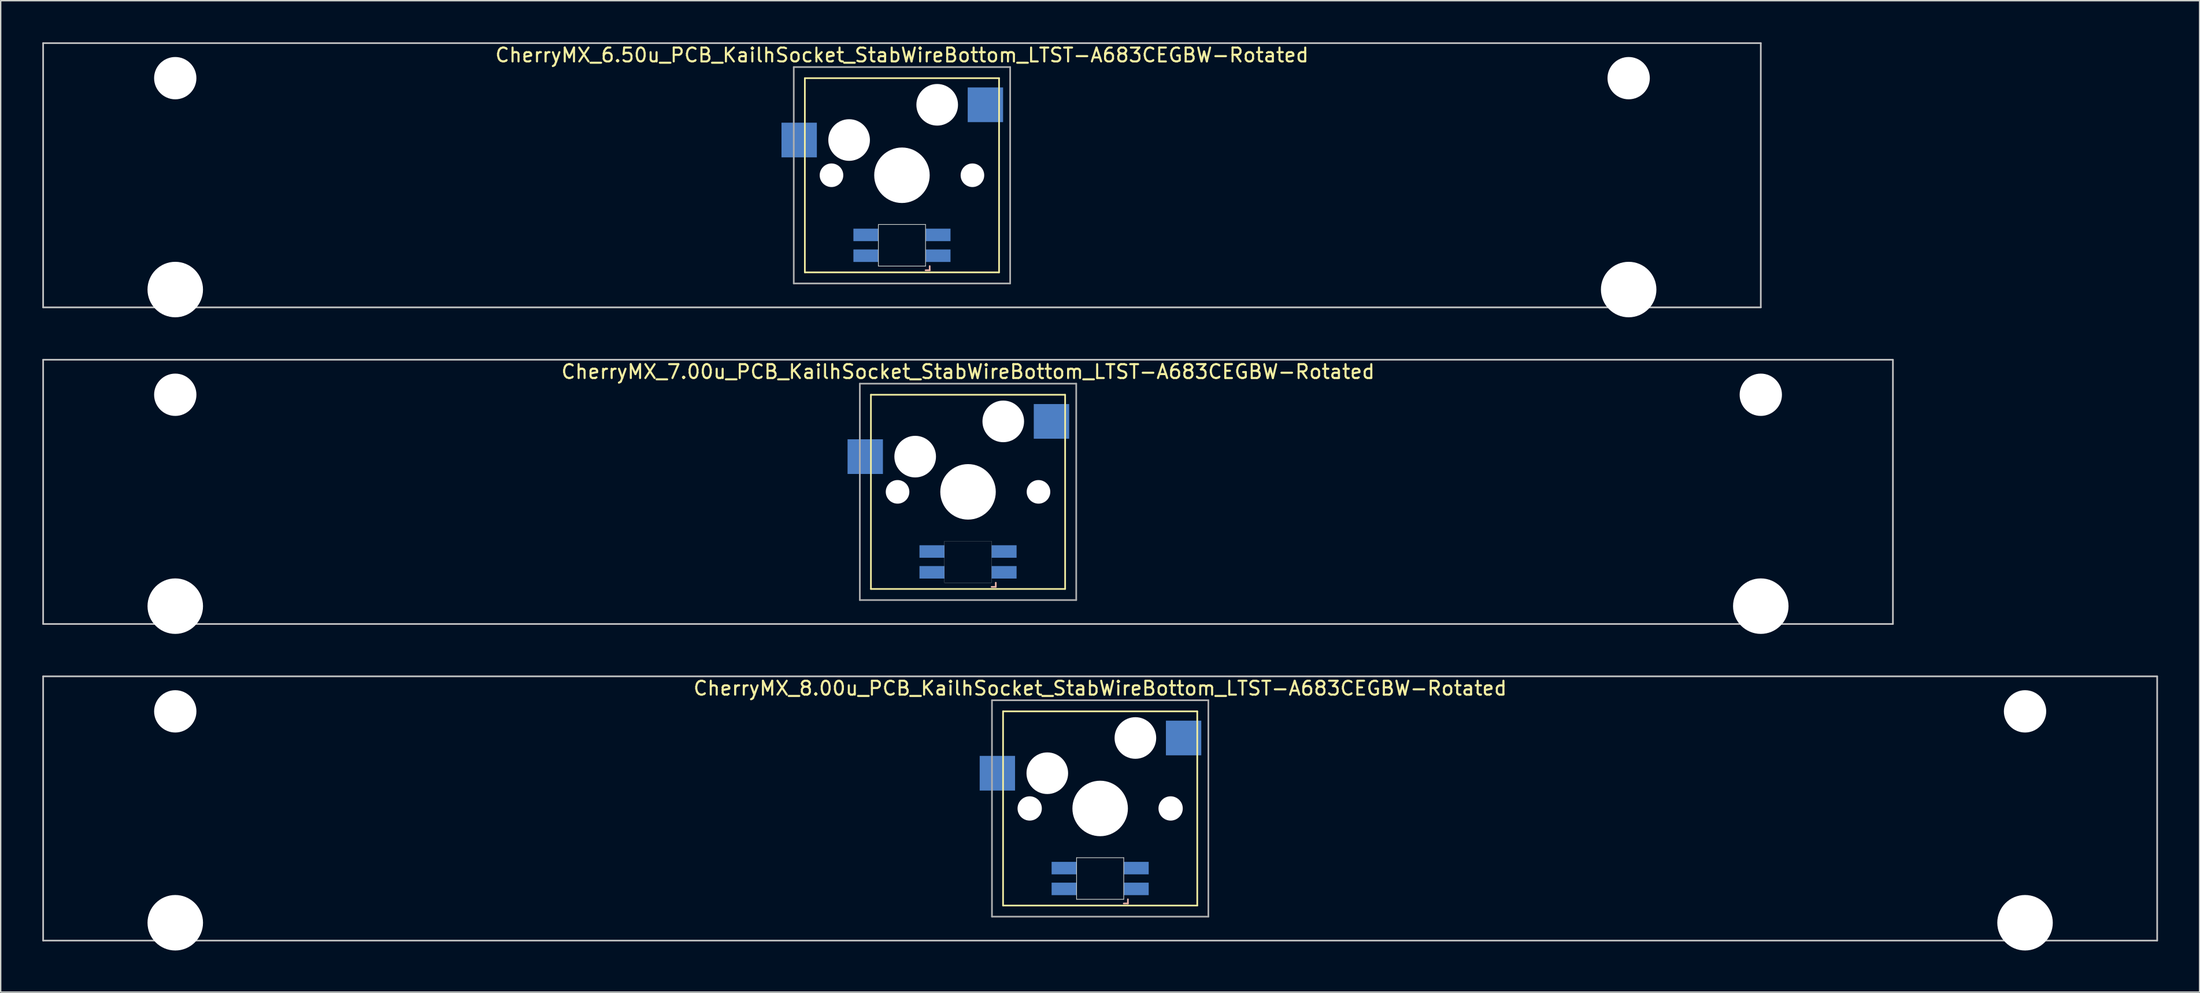
<source format=kicad_pcb>
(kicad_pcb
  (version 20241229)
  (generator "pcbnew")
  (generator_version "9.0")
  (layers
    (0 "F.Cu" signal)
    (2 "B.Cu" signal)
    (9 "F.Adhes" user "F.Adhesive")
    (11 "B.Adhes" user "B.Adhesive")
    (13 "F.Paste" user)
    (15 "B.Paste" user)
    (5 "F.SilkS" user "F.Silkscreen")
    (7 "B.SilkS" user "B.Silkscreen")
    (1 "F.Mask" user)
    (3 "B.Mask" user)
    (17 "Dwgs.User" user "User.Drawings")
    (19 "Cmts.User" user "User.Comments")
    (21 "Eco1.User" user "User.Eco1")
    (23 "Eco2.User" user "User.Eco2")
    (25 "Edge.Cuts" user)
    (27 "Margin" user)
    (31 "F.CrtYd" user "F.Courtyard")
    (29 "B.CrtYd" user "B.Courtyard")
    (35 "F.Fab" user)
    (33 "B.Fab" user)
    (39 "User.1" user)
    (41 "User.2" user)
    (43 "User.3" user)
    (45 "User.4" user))
  (footprint "CherryMX_8.00u_PCB_KailhSocket_StabWireBottom_LTST-A683CEGBW-Rotated"
    (layer "F.Cu")
    (at 76.26 55.235)
    (property "Reference" "CherryMX_8.00u_PCB_KailhSocket_StabWireBottom_LTST-A683CEGBW-Rotated" (at 0 -8.662 0) (layer "F.SilkS") (effects (font (size 1 1) (thickness 0.15))))
    (attr through_hole)
    (fp_line (start -7 -7) (end -7 7) (stroke (width 0.12) (type solid)) (layer "F.SilkS"))
    (fp_line (start -7 -7) (end 7 -7) (stroke (width 0.12) (type solid)) (layer "F.SilkS"))
    (fp_line (start 7 -7) (end 7 7) (stroke (width 0.12) (type solid)) (layer "F.SilkS"))
    (fp_line (start 7 7) (end -7 7) (stroke (width 0.12) (type solid)) (layer "F.SilkS"))
    (fp_line (start 1.7 6.85) (end 2 6.85) (stroke (width 0.12) (type solid)) (layer "B.SilkS"))
    (fp_line (start 2 6.85) (end 2 6.55) (stroke (width 0.12) (type solid)) (layer "B.SilkS"))
    (fp_line (start -76.2 -9.525) (end 76.2 -9.525) (stroke (width 0.12) (type solid)) (layer "Dwgs.User"))
    (fp_line (start -76.2 9.525) (end -76.2 -9.525) (stroke (width 0.12) (type solid)) (layer "Dwgs.User"))
    (fp_line (start 76.2 -9.525) (end 76.2 9.525) (stroke (width 0.12) (type solid)) (layer "Dwgs.User"))
    (fp_line (start 76.2 9.525) (end -76.2 9.525) (stroke (width 0.12) (type solid)) (layer "Dwgs.User"))
    (fp_line (start -1.7 3.55) (end 1.7 3.55) (stroke (width 0.05) (type solid)) (layer "Edge.Cuts"))
    (fp_line (start -1.7 6.55) (end -1.7 3.55) (stroke (width 0.05) (type solid)) (layer "Edge.Cuts"))
    (fp_line (start 1.7 3.55) (end 1.7 6.55) (stroke (width 0.05) (type solid)) (layer "Edge.Cuts"))
    (fp_line (start 1.7 6.55) (end -1.7 6.55) (stroke (width 0.05) (type solid)) (layer "Edge.Cuts"))
    (fp_line (start -7.8 -7.8) (end -7.8 7.8) (stroke (width 0.12) (type solid)) (layer "F.Fab"))
    (fp_line (start -7.8 -7.8) (end 7.8 -7.8) (stroke (width 0.12) (type solid)) (layer "F.Fab"))
    (fp_line (start -7.8 7.8) (end 7.8 7.8) (stroke (width 0.12) (type solid)) (layer "F.Fab"))
    (fp_line (start 7.8 -7.8) (end 7.8 7.8) (stroke (width 0.12) (type solid)) (layer "F.Fab"))
    (pad "" np_thru_hole circle (at -66.675 -7) (size 3.05 3.05) (drill 3.05) (layers "*.Cu" "*.Mask"))
    (pad "" np_thru_hole circle (at -66.675 8.24) (size 4 4) (drill 4) (layers "*.Cu" "*.Mask"))
    (pad "" np_thru_hole circle (at -5.08 0) (size 1.75 1.75) (drill 1.75) (layers "*.Cu" "*.Mask"))
    (pad "" np_thru_hole circle (at -3.81 -2.54) (size 3 3) (drill 3) (layers "*.Cu" "*.Mask"))
    (pad "" np_thru_hole circle (at 0 0) (size 4 4) (drill 4) (layers "*.Cu" "*.Mask"))
    (pad "" np_thru_hole circle (at 2.54 -5.08) (size 3 3) (drill 3) (layers "*.Cu" "*.Mask"))
    (pad "" np_thru_hole circle (at 5.08 0) (size 1.75 1.75) (drill 1.75) (layers "*.Cu" "*.Mask"))
    (pad "" np_thru_hole circle (at 66.675 -7) (size 3.05 3.05) (drill 3.05) (layers "*.Cu" "*.Mask"))
    (pad "" np_thru_hole circle (at 66.675 8.24) (size 4 4) (drill 4) (layers "*.Cu" "*.Mask"))
    (pad "1" smd rect (at -7.41 -2.54) (size 2.55 2.5) (layers "B.Cu" "B.Mask" "B.Paste"))
    (pad "2" smd rect (at 6.015 -5.08) (size 2.55 2.5) (layers "B.Cu" "B.Mask" "B.Paste"))
    (pad "3" smd rect (at 2.6 5.8 180) (size 1.8 0.9) (layers "B.Cu" "B.Mask" "B.Paste"))
    (pad "4" smd rect (at 2.6 4.3 180) (size 1.8 0.9) (layers "B.Cu" "B.Mask" "B.Paste"))
    (pad "5" smd rect (at -2.6 5.8 180) (size 1.8 0.9) (layers "B.Cu" "B.Mask" "B.Paste"))
    (pad "6" smd rect (at -2.6 4.3 180) (size 1.8 0.9) (layers "B.Cu" "B.Mask" "B.Paste")))
  (footprint "CherryMX_7.00u_PCB_KailhSocket_StabWireBottom_LTST-A683CEGBW-Rotated"
    (layer "F.Cu")
    (at 66.735 32.41)
    (property "Reference" "CherryMX_7.00u_PCB_KailhSocket_StabWireBottom_LTST-A683CEGBW-Rotated" (at 0 -8.662 0) (layer "F.SilkS") (effects (font (size 1 1) (thickness 0.15))))
    (attr through_hole)
    (fp_line (start -7 -7) (end -7 7) (stroke (width 0.12) (type solid)) (layer "F.SilkS"))
    (fp_line (start -7 -7) (end 7 -7) (stroke (width 0.12) (type solid)) (layer "F.SilkS"))
    (fp_line (start 7 -7) (end 7 7) (stroke (width 0.12) (type solid)) (layer "F.SilkS"))
    (fp_line (start 7 7) (end -7 7) (stroke (width 0.12) (type solid)) (layer "F.SilkS"))
    (fp_line (start 1.7 6.85) (end 2 6.85) (stroke (width 0.12) (type solid)) (layer "B.SilkS"))
    (fp_line (start 2 6.85) (end 2 6.55) (stroke (width 0.12) (type solid)) (layer "B.SilkS"))
    (fp_line (start -66.675 -9.525) (end 66.675 -9.525) (stroke (width 0.12) (type solid)) (layer "Dwgs.User"))
    (fp_line (start -66.675 9.525) (end -66.675 -9.525) (stroke (width 0.12) (type solid)) (layer "Dwgs.User"))
    (fp_line (start 66.675 -9.525) (end 66.675 9.525) (stroke (width 0.12) (type solid)) (layer "Dwgs.User"))
    (fp_line (start 66.675 9.525) (end -66.675 9.525) (stroke (width 0.12) (type solid)) (layer "Dwgs.User"))
    (fp_poly (pts (xy -1.7 3.55) (xy 1.7 3.55) (xy 1.7 6.55) (xy -1.7 6.55)) (stroke (width 0.01) (type solid)) (fill no) (layer "Edge.Cuts"))
    (fp_line (start -7.8 -7.8) (end -7.8 7.8) (stroke (width 0.12) (type solid)) (layer "F.Fab"))
    (fp_line (start -7.8 -7.8) (end 7.8 -7.8) (stroke (width 0.12) (type solid)) (layer "F.Fab"))
    (fp_line (start -7.8 7.8) (end 7.8 7.8) (stroke (width 0.12) (type solid)) (layer "F.Fab"))
    (fp_line (start 7.8 -7.8) (end 7.8 7.8) (stroke (width 0.12) (type solid)) (layer "F.Fab"))
    (pad "" np_thru_hole circle (at -57.15 -7) (size 3.05 3.05) (drill 3.05) (layers "*.Cu" "*.Mask"))
    (pad "" np_thru_hole circle (at -57.15 8.24) (size 4 4) (drill 4) (layers "*.Cu" "*.Mask"))
    (pad "" np_thru_hole circle (at -5.08 0) (size 1.7 1.7) (drill 1.7) (layers "*.Cu" "*.Mask"))
    (pad "" np_thru_hole circle (at -3.81 -2.54) (size 3 3) (drill 3) (layers "*.Cu" "*.Mask"))
    (pad "" np_thru_hole circle (at 0 0) (size 4 4) (drill 4) (layers "*.Cu" "*.Mask"))
    (pad "" np_thru_hole circle (at 2.54 -5.08) (size 3 3) (drill 3) (layers "*.Cu" "*.Mask"))
    (pad "" np_thru_hole circle (at 5.08 0) (size 1.7 1.7) (drill 1.7) (layers "*.Cu" "*.Mask"))
    (pad "" np_thru_hole circle (at 57.15 -7) (size 3.05 3.05) (drill 3.05) (layers "*.Cu" "*.Mask"))
    (pad "" np_thru_hole circle (at 57.15 8.24) (size 4 4) (drill 4) (layers "*.Cu" "*.Mask"))
    (pad "1" smd rect (at -7.41 -2.54) (size 2.55 2.5) (layers "B.Cu" "B.Mask" "B.Paste"))
    (pad "2" smd rect (at 6.015 -5.08) (size 2.55 2.5) (layers "B.Cu" "B.Mask" "B.Paste"))
    (pad "3" smd rect (at 2.6 5.8 180) (size 1.8 0.9) (layers "B.Cu" "B.Mask" "B.Paste"))
    (pad "4" smd rect (at 2.6 4.3 180) (size 1.8 0.9) (layers "B.Cu" "B.Mask" "B.Paste"))
    (pad "5" smd rect (at -2.6 5.8 180) (size 1.8 0.9) (layers "B.Cu" "B.Mask" "B.Paste"))
    (pad "6" smd rect (at -2.6 4.3 180) (size 1.8 0.9) (layers "B.Cu" "B.Mask" "B.Paste")))
  (footprint "CherryMX_6.50u_PCB_KailhSocket_StabWireBottom_LTST-A683CEGBW-Rotated"
    (layer "F.Cu")
    (at 61.972 9.585)
    (property "Reference" "CherryMX_6.50u_PCB_KailhSocket_StabWireBottom_LTST-A683CEGBW-Rotated" (at 0 -8.662 0) (layer "F.SilkS") (effects (font (size 1 1) (thickness 0.15))))
    (attr through_hole)
    (fp_line (start -7 -7) (end -7 7) (stroke (width 0.12) (type solid)) (layer "F.SilkS"))
    (fp_line (start -7 -7) (end 7 -7) (stroke (width 0.12) (type solid)) (layer "F.SilkS"))
    (fp_line (start 7 -7) (end 7 7) (stroke (width 0.12) (type solid)) (layer "F.SilkS"))
    (fp_line (start 7 7) (end -7 7) (stroke (width 0.12) (type solid)) (layer "F.SilkS"))
    (fp_line (start 1.7 6.85) (end 2 6.85) (stroke (width 0.12) (type solid)) (layer "B.SilkS"))
    (fp_line (start 2 6.85) (end 2 6.55) (stroke (width 0.12) (type solid)) (layer "B.SilkS"))
    (fp_line (start -61.913 -9.525) (end 61.913 -9.525) (stroke (width 0.12) (type solid)) (layer "Dwgs.User"))
    (fp_line (start -61.913 9.525) (end -61.913 -9.525) (stroke (width 0.12) (type solid)) (layer "Dwgs.User"))
    (fp_line (start 61.913 -9.525) (end 61.913 9.525) (stroke (width 0.12) (type solid)) (layer "Dwgs.User"))
    (fp_line (start 61.913 9.525) (end -61.913 9.525) (stroke (width 0.12) (type solid)) (layer "Dwgs.User"))
    (fp_line (start -1.7 3.55) (end 1.7 3.55) (stroke (width 0.05) (type solid)) (layer "Edge.Cuts"))
    (fp_line (start -1.7 6.55) (end -1.7 3.55) (stroke (width 0.05) (type solid)) (layer "Edge.Cuts"))
    (fp_line (start 1.7 3.55) (end 1.7 6.55) (stroke (width 0.05) (type solid)) (layer "Edge.Cuts"))
    (fp_line (start 1.7 6.55) (end -1.7 6.55) (stroke (width 0.05) (type solid)) (layer "Edge.Cuts"))
    (fp_line (start -7.8 -7.8) (end -7.8 7.8) (stroke (width 0.12) (type solid)) (layer "F.Fab"))
    (fp_line (start -7.8 -7.8) (end 7.8 -7.8) (stroke (width 0.12) (type solid)) (layer "F.Fab"))
    (fp_line (start -7.8 7.8) (end 7.8 7.8) (stroke (width 0.12) (type solid)) (layer "F.Fab"))
    (fp_line (start 7.8 -7.8) (end 7.8 7.8) (stroke (width 0.12) (type solid)) (layer "F.Fab"))
    (pad "" np_thru_hole circle (at -52.388 -7) (size 3.05 3.05) (drill 3.05) (layers "*.Cu" "*.Mask"))
    (pad "" np_thru_hole circle (at -52.388 8.24) (size 4 4) (drill 4) (layers "*.Cu" "*.Mask"))
    (pad "" np_thru_hole circle (at -5.08 0) (size 1.7 1.7) (drill 1.7) (layers "*.Cu" "*.Mask"))
    (pad "" np_thru_hole circle (at -3.81 -2.54) (size 3 3) (drill 3) (layers "*.Cu" "*.Mask"))
    (pad "" np_thru_hole circle (at 0 0) (size 4 4) (drill 4) (layers "*.Cu" "*.Mask"))
    (pad "" np_thru_hole circle (at 2.54 -5.08) (size 3 3) (drill 3) (layers "*.Cu" "*.Mask"))
    (pad "" np_thru_hole circle (at 5.08 0) (size 1.7 1.7) (drill 1.7) (layers "*.Cu" "*.Mask"))
    (pad "" np_thru_hole circle (at 52.388 -7) (size 3.05 3.05) (drill 3.05) (layers "*.Cu" "*.Mask"))
    (pad "" np_thru_hole circle (at 52.388 8.24) (size 4 4) (drill 4) (layers "*.Cu" "*.Mask"))
    (pad "1" smd rect (at -7.41 -2.54) (size 2.55 2.5) (layers "B.Cu" "B.Mask" "B.Paste"))
    (pad "2" smd rect (at 6.015 -5.08) (size 2.55 2.5) (layers "B.Cu" "B.Mask" "B.Paste"))
    (pad "3" smd rect (at 2.6 5.8 180) (size 1.8 0.9) (layers "B.Cu" "B.Mask" "B.Paste"))
    (pad "4" smd rect (at 2.6 4.3 180) (size 1.8 0.9) (layers "B.Cu" "B.Mask" "B.Paste"))
    (pad "5" smd rect (at -2.6 5.8 180) (size 1.8 0.9) (layers "B.Cu" "B.Mask" "B.Paste"))
    (pad "6" smd rect (at -2.6 4.3 180) (size 1.8 0.9) (layers "B.Cu" "B.Mask" "B.Paste")))
  (gr_rect
    (start -3 -3)
    (end 155.52 68.475)
    (stroke (width 0.1) (type default))
    (fill no)
    (layer "Edge.Cuts")))
</source>
